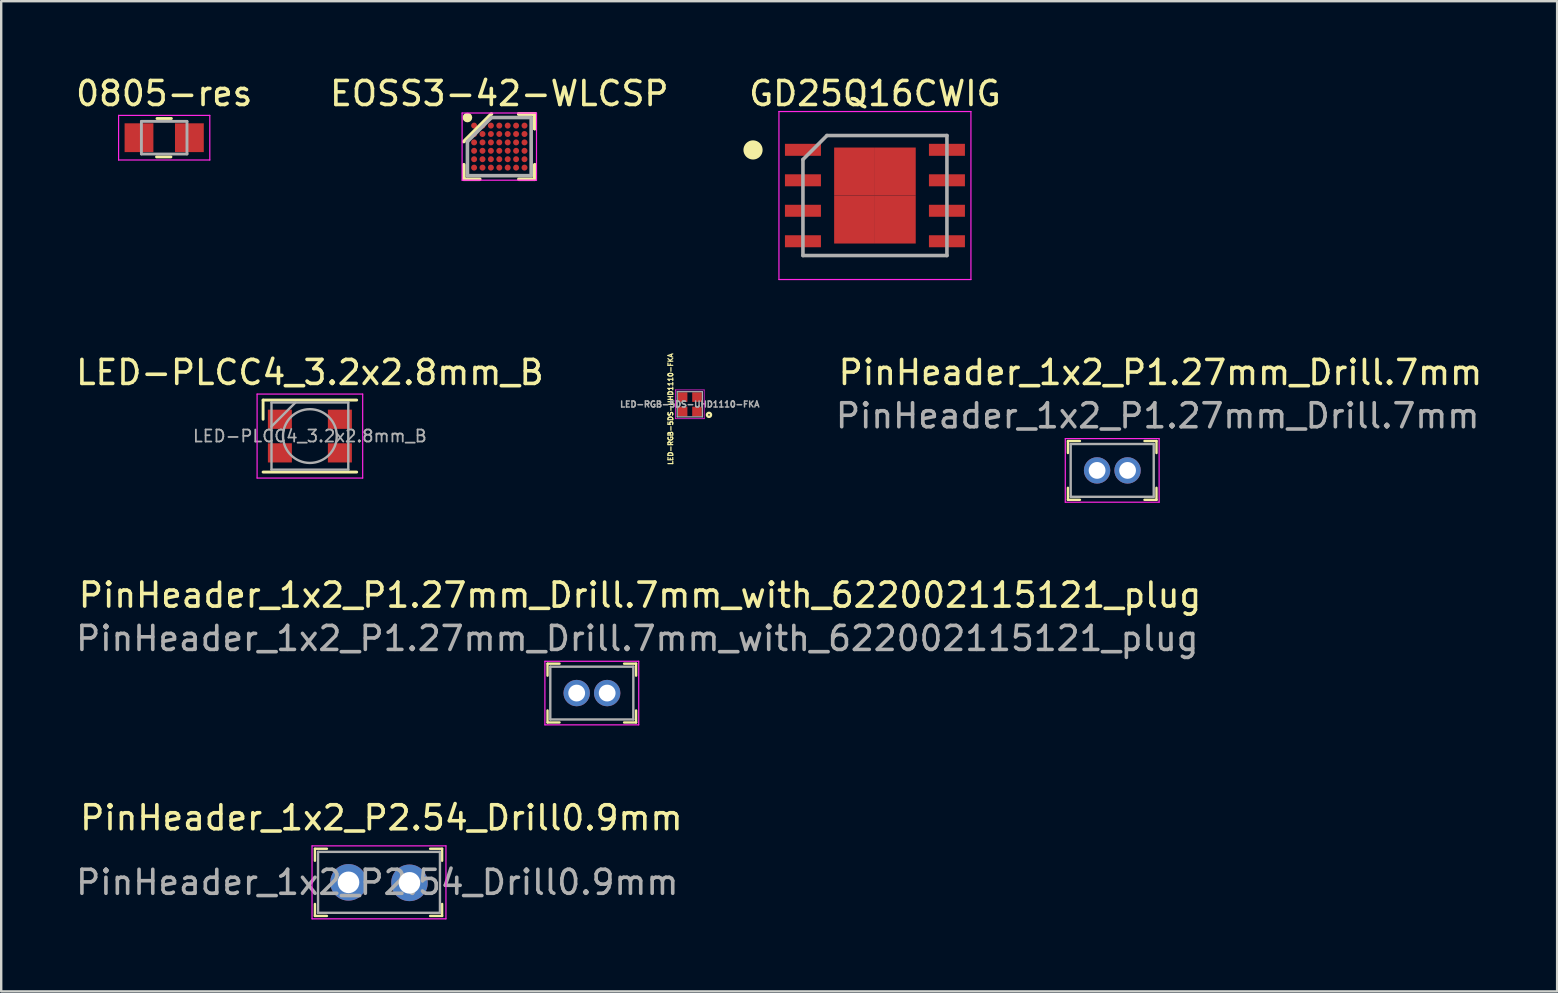
<source format=kicad_pcb>
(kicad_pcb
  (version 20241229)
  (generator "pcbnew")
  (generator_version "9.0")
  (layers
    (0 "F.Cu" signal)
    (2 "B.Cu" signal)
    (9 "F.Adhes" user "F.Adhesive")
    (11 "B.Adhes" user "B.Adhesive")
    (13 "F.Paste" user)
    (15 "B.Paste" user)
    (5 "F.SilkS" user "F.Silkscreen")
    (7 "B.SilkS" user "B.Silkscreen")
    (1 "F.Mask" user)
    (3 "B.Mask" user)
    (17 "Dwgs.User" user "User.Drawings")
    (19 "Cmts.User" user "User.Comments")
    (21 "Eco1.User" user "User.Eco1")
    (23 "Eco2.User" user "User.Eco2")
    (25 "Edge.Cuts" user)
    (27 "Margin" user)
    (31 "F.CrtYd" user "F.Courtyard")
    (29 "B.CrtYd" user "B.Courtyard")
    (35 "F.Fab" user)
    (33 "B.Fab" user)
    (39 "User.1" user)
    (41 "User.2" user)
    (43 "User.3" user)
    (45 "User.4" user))
  (footprint "PinHeader_1x2_P1.27mm_Drill.7mm"
    (layer "F.Cu")
    (at 42.666 16.552)
    (property "Reference" "PinHeader_1x2_P1.27mm_Drill.7mm" (at 2.64 -4.08 0) (layer "F.SilkS") (effects (font (size 1 1) (thickness 0.15))))
    (attr through_hole)
    (fp_line (start -1.215 -1.225) (end -1.215 -0.725) (stroke (width 0.1) (type solid)) (layer "F.SilkS"))
    (fp_line (start -1.215 -1.225) (end -0.715 -1.225) (stroke (width 0.1) (type solid)) (layer "F.SilkS"))
    (fp_line (start -1.215 1.225) (end -1.215 0.725) (stroke (width 0.1) (type solid)) (layer "F.SilkS"))
    (fp_line (start -1.215 1.225) (end -0.715 1.225) (stroke (width 0.1) (type solid)) (layer "F.SilkS"))
    (fp_line (start 2.475 -1.225) (end 1.975 -1.225) (stroke (width 0.1) (type solid)) (layer "F.SilkS"))
    (fp_line (start 2.475 -1.225) (end 2.475 -0.725) (stroke (width 0.1) (type solid)) (layer "F.SilkS"))
    (fp_line (start 2.475 1.225) (end 1.975 1.225) (stroke (width 0.1) (type solid)) (layer "F.SilkS"))
    (fp_line (start 2.475 1.225) (end 2.475 0.725) (stroke (width 0.1) (type solid)) (layer "F.SilkS"))
    (fp_line (start -1.325 -1.325) (end -1.325 1.325) (stroke (width 0.05) (type solid)) (layer "F.CrtYd"))
    (fp_line (start -1.325 -1.325) (end 2.585 -1.325) (stroke (width 0.05) (type solid)) (layer "F.CrtYd"))
    (fp_line (start -1.325 1.325) (end 2.585 1.325) (stroke (width 0.05) (type solid)) (layer "F.CrtYd"))
    (fp_line (start 2.585 -1.325) (end 2.585 1.325) (stroke (width 0.05) (type solid)) (layer "F.CrtYd"))
    (fp_line (start -1.1 -1.1) (end -1.1 1.1) (stroke (width 0.1) (type solid)) (layer "F.Fab"))
    (fp_line (start -1.1 -1.1) (end 2.36 -1.1) (stroke (width 0.1) (type solid)) (layer "F.Fab"))
    (fp_line (start -1.1 1.1) (end 2.36 1.1) (stroke (width 0.1) (type solid)) (layer "F.Fab"))
    (fp_line (start 2.36 -1.1) (end 2.36 1.1) (stroke (width 0.1) (type solid)) (layer "F.Fab"))
    (fp_text user "${REFERENCE}" (at 2.525 -2.275 0) (layer "F.Fab") (effects (font (size 1 1) (thickness 0.15))))
    (pad "1" thru_hole circle (at 0 0) (size 1.1 1.1) (drill 0.7) (layers "*.Cu" "*.Mask"))
    (pad "2" thru_hole circle (at 1.27 0) (size 1.1 1.1) (drill 0.7) (layers "*.Cu" "*.Mask")))
  (footprint "PinHeader_1x2_P1.27mm_Drill.7mm_with_622002115121_plug"
    (layer "F.Cu")
    (at 20.981 25.83)
    (property "Reference" "PinHeader_1x2_P1.27mm_Drill.7mm_with_622002115121_plug" (at 2.64 -4.08 0) (layer "F.SilkS") (effects (font (size 1 1) (thickness 0.15))))
    (attr through_hole)
    (fp_line (start -1.215 -1.225) (end -1.215 -0.725) (stroke (width 0.1) (type solid)) (layer "F.SilkS"))
    (fp_line (start -1.215 -1.225) (end -0.715 -1.225) (stroke (width 0.1) (type solid)) (layer "F.SilkS"))
    (fp_line (start -1.215 1.225) (end -1.215 0.725) (stroke (width 0.1) (type solid)) (layer "F.SilkS"))
    (fp_line (start -1.215 1.225) (end -0.715 1.225) (stroke (width 0.1) (type solid)) (layer "F.SilkS"))
    (fp_line (start 2.475 -1.225) (end 1.975 -1.225) (stroke (width 0.1) (type solid)) (layer "F.SilkS"))
    (fp_line (start 2.475 -1.225) (end 2.475 -0.725) (stroke (width 0.1) (type solid)) (layer "F.SilkS"))
    (fp_line (start 2.475 1.225) (end 1.975 1.225) (stroke (width 0.1) (type solid)) (layer "F.SilkS"))
    (fp_line (start 2.475 1.225) (end 2.475 0.725) (stroke (width 0.1) (type solid)) (layer "F.SilkS"))
    (fp_line (start -1.325 -1.325) (end -1.325 1.325) (stroke (width 0.05) (type solid)) (layer "F.CrtYd"))
    (fp_line (start -1.325 -1.325) (end 2.585 -1.325) (stroke (width 0.05) (type solid)) (layer "F.CrtYd"))
    (fp_line (start -1.325 1.325) (end 2.585 1.325) (stroke (width 0.05) (type solid)) (layer "F.CrtYd"))
    (fp_line (start 2.585 -1.325) (end 2.585 1.325) (stroke (width 0.05) (type solid)) (layer "F.CrtYd"))
    (fp_line (start -1.1 -1.1) (end -1.1 1.1) (stroke (width 0.1) (type solid)) (layer "F.Fab"))
    (fp_line (start -1.1 -1.1) (end 2.36 -1.1) (stroke (width 0.1) (type solid)) (layer "F.Fab"))
    (fp_line (start -1.1 1.1) (end 2.36 1.1) (stroke (width 0.1) (type solid)) (layer "F.Fab"))
    (fp_line (start 2.36 -1.1) (end 2.36 1.1) (stroke (width 0.1) (type solid)) (layer "F.Fab"))
    (fp_text user "${REFERENCE}" (at 2.525 -2.275 0) (layer "F.Fab") (effects (font (size 1 1) (thickness 0.15))))
    (pad "1" thru_hole circle (at 0 0) (size 1.1 1.1) (drill 0.7) (layers "*.Cu" "*.Mask"))
    (pad "2" thru_hole circle (at 1.27 0) (size 1.1 1.1) (drill 0.7) (layers "*.Cu" "*.Mask")))
  (footprint "PinHeader_1x2_P2.54_Drill0.9mm"
    (layer "F.Cu")
    (at 11.473 33.718)
    (property "Reference" "PinHeader_1x2_P2.54_Drill0.9mm" (at 1.37 -2.69 0) (layer "F.SilkS") (effects (font (size 1 1) (thickness 0.15))))
    (attr through_hole)
    (fp_line (start -1.4 -1.4) (end -1.4 -0.9) (stroke (width 0.1) (type solid)) (layer "F.SilkS"))
    (fp_line (start -1.4 -1.4) (end -0.9 -1.4) (stroke (width 0.1) (type solid)) (layer "F.SilkS"))
    (fp_line (start -1.4 1.4) (end -1.4 0.9) (stroke (width 0.1) (type solid)) (layer "F.SilkS"))
    (fp_line (start -1.4 1.4) (end -0.9 1.4) (stroke (width 0.1) (type solid)) (layer "F.SilkS"))
    (fp_line (start 3.9 -1.4) (end 3.4 -1.4) (stroke (width 0.1) (type solid)) (layer "F.SilkS"))
    (fp_line (start 3.9 -1.4) (end 3.9 -0.9) (stroke (width 0.1) (type solid)) (layer "F.SilkS"))
    (fp_line (start 3.9 1.4) (end 3.4 1.4) (stroke (width 0.1) (type solid)) (layer "F.SilkS"))
    (fp_line (start 3.9 1.4) (end 3.9 0.9) (stroke (width 0.1) (type solid)) (layer "F.SilkS"))
    (fp_line (start -1.52 -1.52) (end -1.52 1.52) (stroke (width 0.05) (type solid)) (layer "F.CrtYd"))
    (fp_line (start 4.06 -1.52) (end -1.52 -1.52) (stroke (width 0.05) (type solid)) (layer "F.CrtYd"))
    (fp_line (start 4.06 -1.52) (end 4.06 1.52) (stroke (width 0.05) (type solid)) (layer "F.CrtYd"))
    (fp_line (start 4.06 1.52) (end -1.52 1.52) (stroke (width 0.05) (type solid)) (layer "F.CrtYd"))
    (fp_line (start -1.27 -1.27) (end 3.81 -1.27) (stroke (width 0.1) (type solid)) (layer "F.Fab"))
    (fp_line (start -1.27 1.27) (end -1.27 -1.27) (stroke (width 0.1) (type solid)) (layer "F.Fab"))
    (fp_line (start -1.27 1.27) (end 3.81 1.27) (stroke (width 0.1) (type solid)) (layer "F.Fab"))
    (fp_line (start 3.81 1.27) (end 3.81 -1.27) (stroke (width 0.1) (type solid)) (layer "F.Fab"))
    (fp_text user "${REFERENCE}" (at 1.2 0 0) (layer "F.Fab") (effects (font (size 1 1) (thickness 0.15))))
    (pad "1" thru_hole circle (at 0 0) (size 1.524 1.524) (drill 0.9) (layers "*.Cu" "*.Mask"))
    (pad "2" thru_hole circle (at 2.54 0.02) (size 1.524 1.524) (drill 0.9) (layers "*.Cu" "*.Mask")))
  (footprint "EOSS3-42-WLCSP"
    (layer "F.Cu")
    (at 17.756 3.059)
    (property "Reference" "EOSS3-42-WLCSP" (at 0 -2.211 0) (layer "F.SilkS") (effects (font (size 1 1) (thickness 0.15))))
    (attr smd)
    (fp_line (start -1.478 1.361) (end -1.478 0.755) (stroke (width 0.15) (type solid)) (layer "F.SilkS"))
    (fp_line (start -0.814 1.361) (end -1.478 1.361) (stroke (width 0.15) (type solid)) (layer "F.SilkS"))
    (fp_line (start -0.328 -1.361) (end -1.478 -0.211) (stroke (width 0.15) (type solid)) (layer "F.SilkS"))
    (fp_line (start 0.814 -1.361) (end 1.478 -1.361) (stroke (width 0.15) (type solid)) (layer "F.SilkS"))
    (fp_line (start 0.814 -1.361) (end 1.478 -1.361) (stroke (width 0.15) (type solid)) (layer "F.SilkS"))
    (fp_line (start 0.814 -1.361) (end 1.478 -1.361) (stroke (width 0.15) (type solid)) (layer "F.SilkS"))
    (fp_line (start 0.814 1.361) (end 1.478 1.361) (stroke (width 0.15) (type solid)) (layer "F.SilkS"))
    (fp_line (start 1.478 -1.361) (end 1.478 -0.755) (stroke (width 0.15) (type solid)) (layer "F.SilkS"))
    (fp_line (start 1.478 -1.361) (end 1.478 -0.755) (stroke (width 0.15) (type solid)) (layer "F.SilkS"))
    (fp_line (start 1.478 -1.361) (end 1.478 -0.755) (stroke (width 0.15) (type solid)) (layer "F.SilkS"))
    (fp_line (start 1.478 1.361) (end 1.478 0.755) (stroke (width 0.15) (type solid)) (layer "F.SilkS"))
    (fp_circle (center -1.328 -1.211) (end -1.328 -1.111) (stroke (width 0.2) (type solid)) (fill no) (layer "F.SilkS"))
    (fp_line (start -1.55 -1.4) (end 1.55 -1.4) (stroke (width 0.05) (type solid)) (layer "F.CrtYd"))
    (fp_line (start -1.55 1.4) (end -1.55 -1.4) (stroke (width 0.05) (type solid)) (layer "F.CrtYd"))
    (fp_line (start 1.55 -1.4) (end 1.55 1.4) (stroke (width 0.05) (type solid)) (layer "F.CrtYd"))
    (fp_line (start 1.55 1.4) (end -1.55 1.4) (stroke (width 0.05) (type solid)) (layer "F.CrtYd"))
    (fp_line (start -1.328 -0.211) (end -1.328 1.211) (stroke (width 0.15) (type solid)) (layer "F.Fab"))
    (fp_line (start -1.328 1.211) (end 1.328 1.211) (stroke (width 0.15) (type solid)) (layer "F.Fab"))
    (fp_line (start -0.328 -1.211) (end -1.328 -0.211) (stroke (width 0.15) (type solid)) (layer "F.Fab"))
    (fp_line (start 1.328 -1.211) (end -0.328 -1.211) (stroke (width 0.15) (type solid)) (layer "F.Fab"))
    (fp_line (start 1.328 1.211) (end 1.328 -1.211) (stroke (width 0.15) (type solid)) (layer "F.Fab"))
    (pad "A1" smd circle (at -1.05 -0.875) (size 0.25 0.25) (layers "F.Cu" "F.Mask" "F.Paste"))
    (pad "A2" smd circle (at -0.7 -0.875) (size 0.25 0.25) (layers "F.Cu" "F.Mask" "F.Paste"))
    (pad "A3" smd circle (at -0.35 -0.875) (size 0.25 0.25) (layers "F.Cu" "F.Mask" "F.Paste"))
    (pad "A4" smd circle (at 0 -0.875) (size 0.25 0.25) (layers "F.Cu" "F.Mask" "F.Paste"))
    (pad "A5" smd circle (at 0.35 -0.875) (size 0.25 0.25) (layers "F.Cu" "F.Mask" "F.Paste"))
    (pad "A6" smd circle (at 0.7 -0.875) (size 0.25 0.25) (layers "F.Cu" "F.Mask" "F.Paste"))
    (pad "A7" smd circle (at 1.05 -0.875) (size 0.25 0.25) (layers "F.Cu" "F.Mask" "F.Paste"))
    (pad "B1" smd circle (at -1.05 -0.525) (size 0.25 0.25) (layers "F.Cu" "F.Mask" "F.Paste"))
    (pad "B2" smd circle (at -0.7 -0.525) (size 0.25 0.25) (layers "F.Cu" "F.Mask" "F.Paste"))
    (pad "B3" smd circle (at -0.35 -0.525) (size 0.25 0.25) (layers "F.Cu" "F.Mask" "F.Paste"))
    (pad "B4" smd circle (at 0 -0.525) (size 0.25 0.25) (layers "F.Cu" "F.Mask" "F.Paste"))
    (pad "B5" smd circle (at 0.35 -0.525) (size 0.25 0.25) (layers "F.Cu" "F.Mask" "F.Paste"))
    (pad "B6" smd circle (at 0.7 -0.525) (size 0.25 0.25) (layers "F.Cu" "F.Mask" "F.Paste"))
    (pad "B7" smd circle (at 1.05 -0.525) (size 0.25 0.25) (layers "F.Cu" "F.Mask" "F.Paste"))
    (pad "C1" smd circle (at -1.05 -0.175) (size 0.25 0.25) (layers "F.Cu" "F.Mask" "F.Paste"))
    (pad "C2" smd circle (at -0.7 -0.175) (size 0.25 0.25) (layers "F.Cu" "F.Mask" "F.Paste"))
    (pad "C3" smd circle (at -0.35 -0.175) (size 0.25 0.25) (layers "F.Cu" "F.Mask" "F.Paste"))
    (pad "C4" smd circle (at 0 -0.175) (size 0.25 0.25) (layers "F.Cu" "F.Mask" "F.Paste"))
    (pad "C5" smd circle (at 0.35 -0.175) (size 0.25 0.25) (layers "F.Cu" "F.Mask" "F.Paste"))
    (pad "C6" smd circle (at 0.7 -0.175) (size 0.25 0.25) (layers "F.Cu" "F.Mask" "F.Paste"))
    (pad "C7" smd circle (at 1.05 -0.175) (size 0.25 0.25) (layers "F.Cu" "F.Mask" "F.Paste"))
    (pad "D1" smd circle (at -1.05 0.175) (size 0.25 0.25) (layers "F.Cu" "F.Mask" "F.Paste"))
    (pad "D2" smd circle (at -0.7 0.175) (size 0.25 0.25) (layers "F.Cu" "F.Mask" "F.Paste"))
    (pad "D3" smd circle (at -0.35 0.175) (size 0.25 0.25) (layers "F.Cu" "F.Mask" "F.Paste"))
    (pad "D4" smd circle (at 0 0.175) (size 0.25 0.25) (layers "F.Cu" "F.Mask" "F.Paste"))
    (pad "D5" smd circle (at 0.35 0.175) (size 0.25 0.25) (layers "F.Cu" "F.Mask" "F.Paste"))
    (pad "D6" smd circle (at 0.7 0.175) (size 0.25 0.25) (layers "F.Cu" "F.Mask" "F.Paste"))
    (pad "D7" smd circle (at 1.05 0.175) (size 0.25 0.25) (layers "F.Cu" "F.Mask" "F.Paste"))
    (pad "E1" smd circle (at -1.05 0.525) (size 0.25 0.25) (layers "F.Cu" "F.Mask" "F.Paste"))
    (pad "E2" smd circle (at -0.7 0.525) (size 0.25 0.25) (layers "F.Cu" "F.Mask" "F.Paste"))
    (pad "E3" smd circle (at -0.35 0.525) (size 0.25 0.25) (layers "F.Cu" "F.Mask" "F.Paste"))
    (pad "E4" smd circle (at 0 0.525) (size 0.25 0.25) (layers "F.Cu" "F.Mask" "F.Paste"))
    (pad "E5" smd circle (at 0.35 0.525) (size 0.25 0.25) (layers "F.Cu" "F.Mask" "F.Paste"))
    (pad "E6" smd circle (at 0.7 0.525) (size 0.25 0.25) (layers "F.Cu" "F.Mask" "F.Paste"))
    (pad "E7" smd circle (at 1.05 0.525) (size 0.25 0.25) (layers "F.Cu" "F.Mask" "F.Paste"))
    (pad "F1" smd circle (at -1.05 0.875) (size 0.25 0.25) (layers "F.Cu" "F.Mask" "F.Paste"))
    (pad "F2" smd circle (at -0.7 0.875) (size 0.25 0.25) (layers "F.Cu" "F.Mask" "F.Paste"))
    (pad "F3" smd circle (at -0.35 0.875) (size 0.25 0.25) (layers "F.Cu" "F.Mask" "F.Paste"))
    (pad "F4" smd circle (at 0 0.875) (size 0.25 0.25) (layers "F.Cu" "F.Mask" "F.Paste"))
    (pad "F5" smd circle (at 0.35 0.875) (size 0.25 0.25) (layers "F.Cu" "F.Mask" "F.Paste"))
    (pad "F6" smd circle (at 0.7 0.875) (size 0.25 0.25) (layers "F.Cu" "F.Mask" "F.Paste"))
    (pad "F7" smd circle (at 1.05 0.875) (size 0.25 0.25) (layers "F.Cu" "F.Mask" "F.Paste")))
  (footprint "LED-PLCC4_3.2x2.8mm_B"
    (layer "F.Cu")
    (at 9.863 15.121)
    (property "Reference" "LED-PLCC4_3.2x2.8mm_B" (at 0 -2.65 0) (layer "F.SilkS") (effects (font (size 1 1) (thickness 0.15))))
    (attr smd)
    (fp_line (start -1.95 -1.5) (end 1.95 -1.5) (stroke (width 0.12) (type solid)) (layer "F.SilkS"))
    (fp_line (start -1.95 -0.7) (end -1.95 -1.5) (stroke (width 0.12) (type solid)) (layer "F.SilkS"))
    (fp_line (start -1.95 1.5) (end 1.95 1.5) (stroke (width 0.12) (type solid)) (layer "F.SilkS"))
    (fp_line (start -2.2 -1.75) (end -2.2 1.75) (stroke (width 0.05) (type solid)) (layer "F.CrtYd"))
    (fp_line (start -2.2 1.75) (end 2.2 1.75) (stroke (width 0.05) (type solid)) (layer "F.CrtYd"))
    (fp_line (start 2.2 -1.75) (end -2.2 -1.75) (stroke (width 0.05) (type solid)) (layer "F.CrtYd"))
    (fp_line (start 2.2 1.75) (end 2.2 -1.75) (stroke (width 0.05) (type solid)) (layer "F.CrtYd"))
    (fp_line (start -1.6 -1.4) (end -1.6 1.4) (stroke (width 0.1) (type solid)) (layer "F.Fab"))
    (fp_line (start -1.6 1.4) (end 1.6 1.4) (stroke (width 0.1) (type solid)) (layer "F.Fab"))
    (fp_line (start -0.6 -1.4) (end -1.6 -0.4) (stroke (width 0.1) (type solid)) (layer "F.Fab"))
    (fp_line (start 1.6 -1.4) (end -1.6 -1.4) (stroke (width 0.1) (type solid)) (layer "F.Fab"))
    (fp_line (start 1.6 1.4) (end 1.6 -1.4) (stroke (width 0.1) (type solid)) (layer "F.Fab"))
    (fp_circle (center 0 0) (end 1.12 0) (stroke (width 0.1) (type solid)) (fill no) (layer "F.Fab"))
    (fp_text user "${REFERENCE}" (at 0 0 0) (layer "F.Fab") (effects (font (size 0.5 0.5) (thickness 0.075))))
    (pad "1" smd rect (at -1.25 -0.7) (size 1 0.8) (layers "F.Cu" "F.Mask" "F.Paste"))
    (pad "2" smd rect (at 1.25 -0.7) (size 1 0.8) (layers "F.Cu" "F.Mask" "F.Paste"))
    (pad "3" smd rect (at 1.25 0.7) (size 1 0.8) (layers "F.Cu" "F.Mask" "F.Paste"))
    (pad "4" smd rect (at -1.25 0.7) (size 1 0.8) (layers "F.Cu" "F.Mask" "F.Paste")))
  (footprint "LED-RGB-5DS-UHD1110-FKA"
    (layer "F.Cu")
    (at 25.694 13.797)
    (property "Reference" "LED-RGB-5DS-UHD1110-FKA" (at -0.8 0.2 270) (layer "F.SilkS") (effects (font (size 0.2 0.2) (thickness 0.05))))
    (attr smd)
    (fp_circle (center 0.8 0.44) (end 0.835 0.44) (stroke (width 0.1) (type solid)) (fill no) (layer "F.SilkS"))
    (fp_line (start -0.6 -0.6) (end 0.6 -0.6) (stroke (width 0.03) (type solid)) (layer "F.CrtYd"))
    (fp_line (start -0.6 0.6) (end -0.6 -0.6) (stroke (width 0.03) (type solid)) (layer "F.CrtYd"))
    (fp_line (start 0.6 -0.6) (end 0.6 0.6) (stroke (width 0.03) (type solid)) (layer "F.CrtYd"))
    (fp_line (start 0.6 0.6) (end -0.6 0.6) (stroke (width 0.03) (type solid)) (layer "F.CrtYd"))
    (fp_line (start -0.525 -0.525) (end 0.525 -0.525) (stroke (width 0.05) (type solid)) (layer "F.Fab"))
    (fp_line (start -0.525 0.525) (end -0.525 -0.525) (stroke (width 0.05) (type solid)) (layer "F.Fab"))
    (fp_line (start 0.525 -0.525) (end 0.525 0.525) (stroke (width 0.05) (type solid)) (layer "F.Fab"))
    (fp_line (start 0.525 0.525) (end -0.525 0.525) (stroke (width 0.05) (type solid)) (layer "F.Fab"))
    (fp_text user "${REFERENCE}" (at 0 0 0) (layer "F.Fab") (effects (font (size 0.25 0.25) (thickness 0.062))))
    (pad "1" smd rect (at 0.3 -0.3) (size 0.4 0.4) (layers "F.Cu" "F.Mask" "F.Paste"))
    (pad "2" smd rect (at -0.3 -0.3) (size 0.4 0.4) (layers "F.Cu" "F.Mask" "F.Paste"))
    (pad "3" smd rect (at -0.3 0.3) (size 0.4 0.4) (layers "F.Cu" "F.Mask" "F.Paste"))
    (pad "4" smd rect (at 0.3 0.3) (size 0.4 0.4) (layers "F.Cu" "F.Mask" "F.Paste")))
  (footprint "0805-res"
    (layer "F.Cu")
    (at 3.792 2.688)
    (property "Reference" "0805-res" (at 0 -1.84 0) (layer "F.SilkS") (effects (font (size 1 1) (thickness 0.15))))
    (attr smd)
    (fp_line (start -0.32 0.8) (end 0.28 0.8) (stroke (width 0.12) (type solid)) (layer "F.SilkS"))
    (fp_line (start -0.3 -0.8) (end 0.3 -0.8) (stroke (width 0.12) (type solid)) (layer "F.SilkS"))
    (fp_line (start -1.9 -0.93) (end 1.9 -0.93) (stroke (width 0.05) (type solid)) (layer "F.CrtYd"))
    (fp_line (start -1.9 0.93) (end -1.9 -0.93) (stroke (width 0.05) (type solid)) (layer "F.CrtYd"))
    (fp_line (start -1.9 0.93) (end 1.9 0.93) (stroke (width 0.05) (type solid)) (layer "F.CrtYd"))
    (fp_line (start 1.9 0.93) (end 1.9 -0.93) (stroke (width 0.05) (type solid)) (layer "F.CrtYd"))
    (fp_line (start -0.95 -0.68) (end 0.95 -0.68) (stroke (width 0.12) (type solid)) (layer "F.Fab"))
    (fp_line (start -0.95 -0.675) (end -0.95 0.675) (stroke (width 0.12) (type solid)) (layer "F.Fab"))
    (fp_line (start -0.95 0.68) (end 0.95 0.68) (stroke (width 0.12) (type solid)) (layer "F.Fab"))
    (fp_line (start 0.95 -0.675) (end 0.95 0.675) (stroke (width 0.12) (type solid)) (layer "F.Fab"))
    (pad "1" smd rect (at -1.05 0) (size 1.2 1.2) (layers "F.Cu" "F.Mask" "F.Paste"))
    (pad "2" smd rect (at 1.05 0) (size 1.2 1.2) (layers "F.Cu" "F.Mask" "F.Paste")))
  (footprint "GD25Q16CWIG"
    (layer "F.Cu")
    (at 33.409 5.098)
    (property "Reference" "GD25Q16CWIG" (at 0 -4.25 0) (layer "F.SilkS") (effects (font (size 1 1) (thickness 0.15))))
    (attr smd)
    (fp_circle (center -5.08 -1.9) (end -4.88 -1.9) (stroke (width 0.4) (type solid)) (fill no) (layer "F.SilkS"))
    (fp_line (start -4 -3.5) (end 4 -3.5) (stroke (width 0.05) (type solid)) (layer "F.CrtYd"))
    (fp_line (start -4 3.5) (end -4 -3.5) (stroke (width 0.05) (type solid)) (layer "F.CrtYd"))
    (fp_line (start 4 -3.5) (end 4 3.5) (stroke (width 0.05) (type solid)) (layer "F.CrtYd"))
    (fp_line (start 4 3.5) (end -4 3.5) (stroke (width 0.05) (type solid)) (layer "F.CrtYd"))
    (fp_line (start -3 -1.5) (end -3 2.5) (stroke (width 0.15) (type solid)) (layer "F.Fab"))
    (fp_line (start -3 2.5) (end 3 2.5) (stroke (width 0.15) (type solid)) (layer "F.Fab"))
    (fp_line (start -2 -2.5) (end -3 -1.5) (stroke (width 0.15) (type solid)) (layer "F.Fab"))
    (fp_line (start 3 -2.5) (end -2 -2.5) (stroke (width 0.15) (type solid)) (layer "F.Fab"))
    (fp_line (start 3 2.5) (end 3 -2.5) (stroke (width 0.15) (type solid)) (layer "F.Fab"))
    (pad "1" smd rect (at -3 -1.905 90) (size 0.5 1.5) (layers "F.Cu" "F.Mask" "F.Paste"))
    (pad "2" smd rect (at -3 -0.635 90) (size 0.5 1.5) (layers "F.Cu" "F.Mask" "F.Paste"))
    (pad "3" smd rect (at -3 0.635 90) (size 0.5 1.5) (layers "F.Cu" "F.Mask" "F.Paste"))
    (pad "4" smd rect (at -3 1.905 90) (size 0.5 1.5) (layers "F.Cu" "F.Mask" "F.Paste"))
    (pad "5" smd rect (at 3 1.905 90) (size 0.5 1.5) (layers "F.Cu" "F.Mask" "F.Paste"))
    (pad "6" smd rect (at 3 0.635 90) (size 0.5 1.5) (layers "F.Cu" "F.Mask" "F.Paste"))
    (pad "7" smd rect (at 3 -0.635 90) (size 0.5 1.5) (layers "F.Cu" "F.Mask" "F.Paste"))
    (pad "8" smd rect (at 3 -1.905 90) (size 0.5 1.5) (layers "F.Cu" "F.Mask" "F.Paste"))
    (pad "9" smd rect (at -0.85 -1) (size 1.7 2) (layers "F.Cu" "F.Mask" "F.Paste"))
    (pad "9" smd rect (at -0.85 1) (size 1.7 2) (layers "F.Cu" "F.Mask" "F.Paste"))
    (pad "9" smd rect (at 0.85 -1) (size 1.7 2) (layers "F.Cu" "F.Mask" "F.Paste"))
    (pad "9" smd rect (at 0.85 1) (size 1.7 2) (layers "F.Cu" "F.Mask" "F.Paste")))
  (gr_rect
    (start -3 -3)
    (end 61.836 38.263)
    (stroke (width 0.1) (type default))
    (fill no)
    (layer "Edge.Cuts")))
</source>
